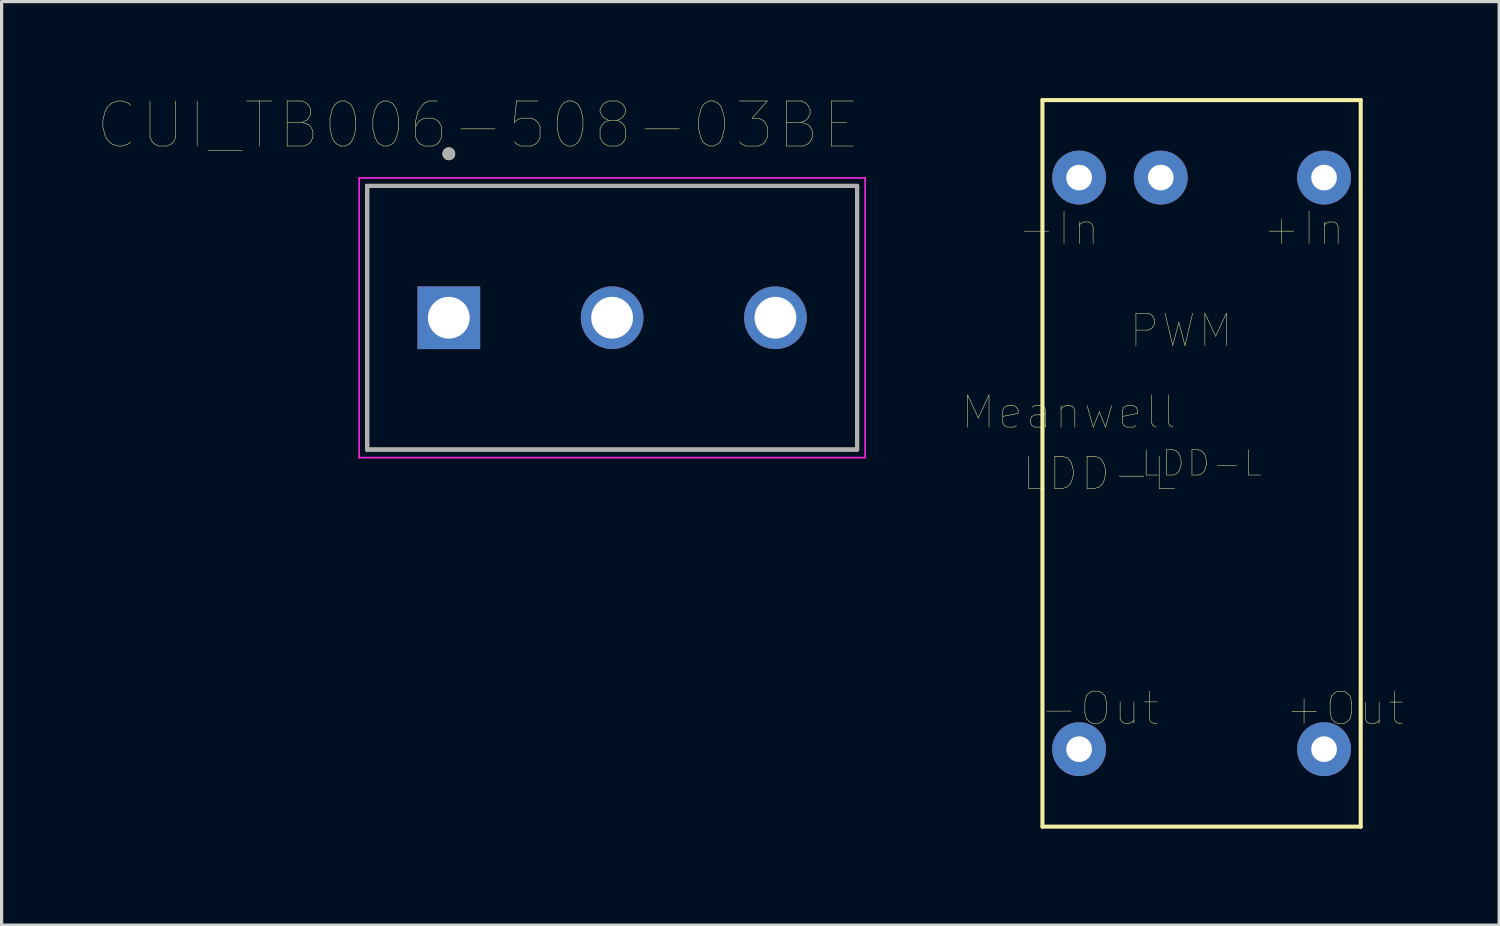
<source format=kicad_pcb>
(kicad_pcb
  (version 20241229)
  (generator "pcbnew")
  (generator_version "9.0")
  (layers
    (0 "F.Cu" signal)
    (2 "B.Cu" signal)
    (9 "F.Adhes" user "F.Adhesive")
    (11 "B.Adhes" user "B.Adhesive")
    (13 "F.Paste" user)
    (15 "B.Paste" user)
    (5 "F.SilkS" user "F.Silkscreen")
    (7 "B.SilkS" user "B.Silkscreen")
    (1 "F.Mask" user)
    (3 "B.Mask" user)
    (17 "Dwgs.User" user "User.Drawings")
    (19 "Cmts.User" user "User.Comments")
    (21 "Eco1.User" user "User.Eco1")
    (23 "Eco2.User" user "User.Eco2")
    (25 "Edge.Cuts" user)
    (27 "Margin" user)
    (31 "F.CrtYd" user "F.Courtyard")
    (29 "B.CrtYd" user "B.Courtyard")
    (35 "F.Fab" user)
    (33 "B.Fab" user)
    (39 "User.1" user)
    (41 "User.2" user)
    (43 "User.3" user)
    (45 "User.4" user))
  (footprint "LDD-L"
    (layer "F.Cu")
    (at 34.327 11.364)
    (property "Reference" "LDD-L" (at 0 0 0) (layer "F.SilkS") (effects (font (size 0.787 0.787) (thickness 0.015))))
    (attr through_hole)
    (fp_line (start -4.95 -11.3) (end 4.95 -11.3) (stroke (width 0.127) (type solid)) (layer "F.SilkS"))
    (fp_line (start -4.95 11.3) (end -4.95 -11.3) (stroke (width 0.127) (type solid)) (layer "F.SilkS"))
    (fp_line (start 4.95 -11.3) (end 4.95 11.3) (stroke (width 0.127) (type solid)) (layer "F.SilkS"))
    (fp_line (start 4.95 11.3) (end -4.95 11.3) (stroke (width 0.127) (type solid)) (layer "F.SilkS"))
    (fp_text user "+Out" (at 4.451 7.63 0) (layer "F.SilkS") (effects (font (size 1.001 1.001) (thickness 0.015))))
    (fp_text user "Meanwell" (at -4.133 -1.59 0) (layer "F.SilkS") (effects (font (size 1.001 1.001) (thickness 0.015))))
    (fp_text user "PWM" (at -0.636 -4.131 0) (layer "F.SilkS") (effects (font (size 1.001 1.001) (thickness 0.015))))
    (fp_text user "+In" (at 3.176 -7.305 0) (layer "F.SilkS") (effects (font (size 1 1) (thickness 0.015))))
    (fp_text user "-In" (at -4.446 -7.304 0) (layer "F.SilkS") (effects (font (size 1 1) (thickness 0.015))))
    (fp_text user "-Out" (at -3.177 7.625 0) (layer "F.SilkS") (effects (font (size 1.001 1.001) (thickness 0.015))))
    (fp_text user "LDD-L" (at -3.18 0.318 0) (layer "F.SilkS") (effects (font (size 1.002 1.002) (thickness 0.015))))
    (pad "+VIN" thru_hole circle (at 3.81 -8.89) (size 1.676 1.676) (drill 0.8) (layers "*.Cu" "*.Mask"))
    (pad "+VOUT" thru_hole circle (at 3.81 8.89) (size 1.676 1.676) (drill 0.8) (layers "*.Cu" "*.Mask"))
    (pad "PWM" thru_hole circle (at -1.27 -8.89) (size 1.676 1.676) (drill 0.8) (layers "*.Cu" "*.Mask"))
    (pad "VIN" thru_hole circle (at -3.81 -8.89) (size 1.676 1.676) (drill 0.8) (layers "*.Cu" "*.Mask"))
    (pad "VOUT" thru_hole circle (at -3.81 8.89) (size 1.676 1.676) (drill 0.8) (layers "*.Cu" "*.Mask")))
  (footprint "CUI_TB006-508-03BE"
    (layer "F.Cu")
    (at 10.911 6.834)
    (property "Reference" "CUI_TB006-508-03BE" (at 0.905 -5.989 0) (layer "F.SilkS") (effects (font (size 1.4 1.4) (thickness 0.015))))
    (attr through_hole)
    (fp_line (start -2.54 -4.1) (end 12.7 -4.1) (stroke (width 0.127) (type solid)) (layer "F.SilkS"))
    (fp_line (start -2.54 4.1) (end -2.54 -4.1) (stroke (width 0.127) (type solid)) (layer "F.SilkS"))
    (fp_line (start 12.7 -4.1) (end 12.7 4.1) (stroke (width 0.127) (type solid)) (layer "F.SilkS"))
    (fp_line (start 12.7 4.1) (end -2.54 4.1) (stroke (width 0.127) (type solid)) (layer "F.SilkS"))
    (fp_circle (center 0 -5.1) (end 0.1 -5.1) (stroke (width 0.2) (type solid)) (fill no) (layer "F.SilkS"))
    (fp_line (start -2.79 -4.35) (end 12.95 -4.35) (stroke (width 0.05) (type solid)) (layer "F.CrtYd"))
    (fp_line (start -2.79 4.35) (end -2.79 -4.35) (stroke (width 0.05) (type solid)) (layer "F.CrtYd"))
    (fp_line (start 12.95 -4.35) (end 12.95 4.35) (stroke (width 0.05) (type solid)) (layer "F.CrtYd"))
    (fp_line (start 12.95 4.35) (end -2.79 4.35) (stroke (width 0.05) (type solid)) (layer "F.CrtYd"))
    (fp_line (start -2.54 -4.1) (end 12.7 -4.1) (stroke (width 0.127) (type solid)) (layer "F.Fab"))
    (fp_line (start -2.54 4.1) (end -2.54 -4.1) (stroke (width 0.127) (type solid)) (layer "F.Fab"))
    (fp_line (start 12.7 -4.1) (end 12.7 4.1) (stroke (width 0.127) (type solid)) (layer "F.Fab"))
    (fp_line (start 12.7 4.1) (end -2.54 4.1) (stroke (width 0.127) (type solid)) (layer "F.Fab"))
    (fp_circle (center 0 -5.1) (end 0.1 -5.1) (stroke (width 0.2) (type solid)) (fill no) (layer "F.Fab"))
    (pad "1" thru_hole rect (at 0 0) (size 1.95 1.95) (drill 1.3) (layers "*.Cu" "*.Mask"))
    (pad "2" thru_hole circle (at 5.08 0) (size 1.95 1.95) (drill 1.3) (layers "*.Cu" "*.Mask"))
    (pad "3" thru_hole circle (at 10.16 0) (size 1.95 1.95) (drill 1.3) (layers "*.Cu" "*.Mask")))
  (gr_rect
    (start -3 -3)
    (end 43.584 25.727)
    (stroke (width 0.1) (type default))
    (fill no)
    (layer "Edge.Cuts")))
</source>
